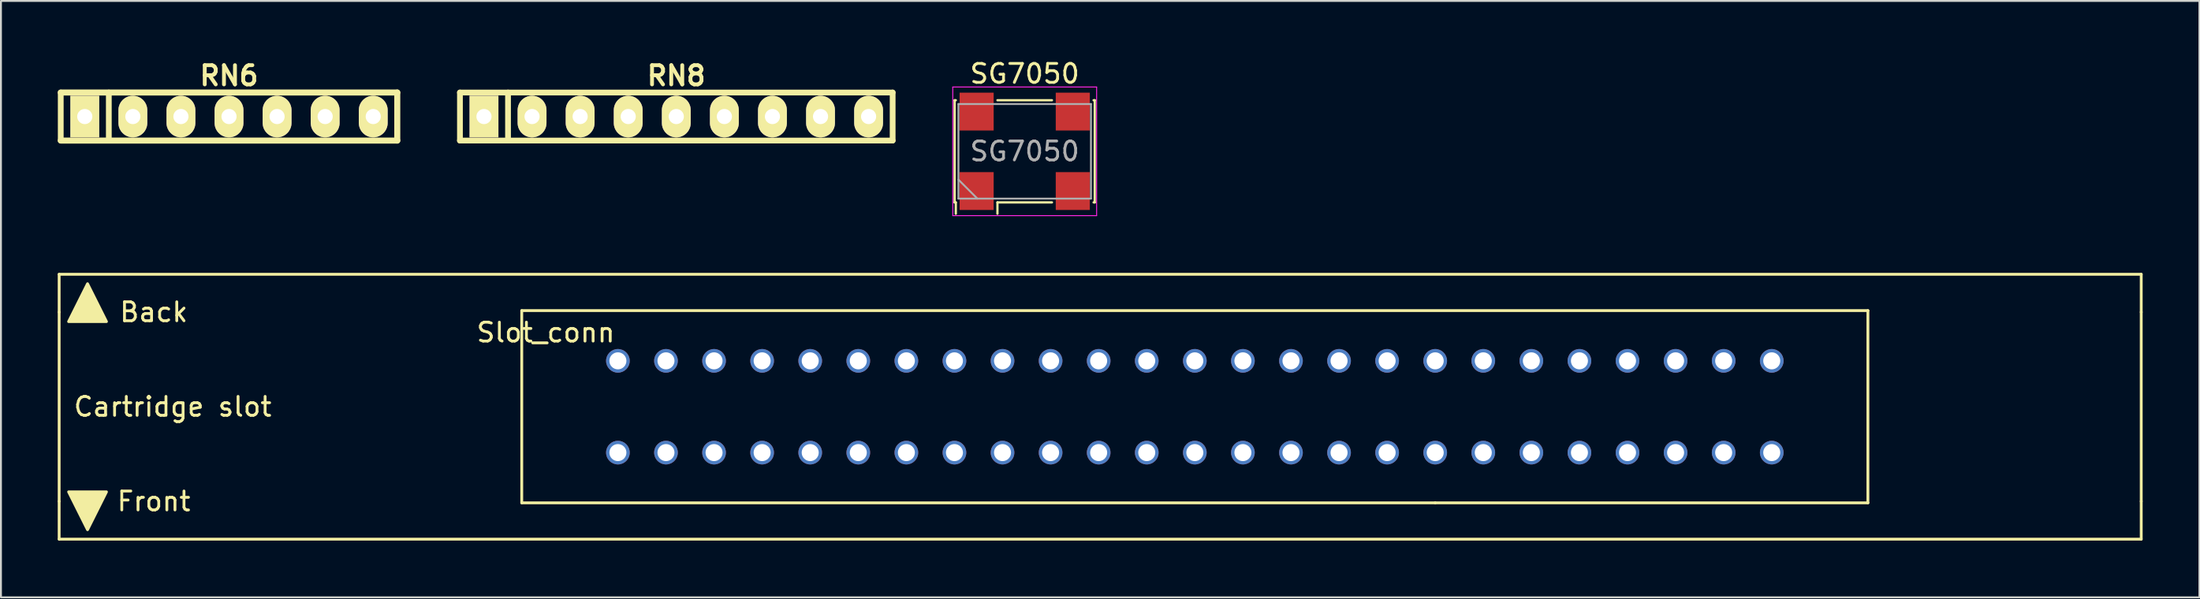
<source format=kicad_pcb>
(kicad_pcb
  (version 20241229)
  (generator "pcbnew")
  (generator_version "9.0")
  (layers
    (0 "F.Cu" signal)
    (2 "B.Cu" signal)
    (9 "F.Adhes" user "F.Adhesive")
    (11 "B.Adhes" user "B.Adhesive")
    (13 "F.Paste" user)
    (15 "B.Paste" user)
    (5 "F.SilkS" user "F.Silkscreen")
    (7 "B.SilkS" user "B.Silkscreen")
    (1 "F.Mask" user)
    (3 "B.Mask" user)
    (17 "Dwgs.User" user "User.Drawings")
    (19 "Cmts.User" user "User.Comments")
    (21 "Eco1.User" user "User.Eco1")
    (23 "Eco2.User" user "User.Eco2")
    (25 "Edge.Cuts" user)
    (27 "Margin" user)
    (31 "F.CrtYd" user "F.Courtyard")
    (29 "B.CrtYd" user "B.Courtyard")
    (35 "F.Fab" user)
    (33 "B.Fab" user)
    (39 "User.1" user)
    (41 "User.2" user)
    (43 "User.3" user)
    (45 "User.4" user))
  (footprint "Slot_conn"
    (layer "F.Cu")
    (at 60.075 18.448)
    (property "Reference" "Slot_conn" (at -34.29 -3.925 0) (layer "F.SilkS") (effects (font (size 1 1) (thickness 0.15))))
    (attr through_hole)
    (fp_line (start -60 -7) (end 50 -7) (stroke (width 0.15) (type solid)) (layer "F.SilkS"))
    (fp_line (start -60 -5) (end -60 -7) (stroke (width 0.15) (type solid)) (layer "F.SilkS"))
    (fp_line (start -60 -5) (end -60 5) (stroke (width 0.15) (type solid)) (layer "F.SilkS"))
    (fp_line (start -60 7) (end -60 5) (stroke (width 0.15) (type solid)) (layer "F.SilkS"))
    (fp_line (start -35.56 -5.08) (end -35.56 5.08) (stroke (width 0.15) (type solid)) (layer "F.SilkS"))
    (fp_line (start -35.56 5.08) (end 12.7 5.08) (stroke (width 0.15) (type solid)) (layer "F.SilkS"))
    (fp_line (start 12.7 5.08) (end 35.56 5.08) (stroke (width 0.15) (type solid)) (layer "F.SilkS"))
    (fp_line (start 35.56 -5.08) (end -35.56 -5.08) (stroke (width 0.15) (type solid)) (layer "F.SilkS"))
    (fp_line (start 35.56 5.08) (end 35.56 -5.08) (stroke (width 0.15) (type solid)) (layer "F.SilkS"))
    (fp_line (start 50 -7) (end 50 -5) (stroke (width 0.15) (type solid)) (layer "F.SilkS"))
    (fp_line (start 50 5) (end 50 -5) (stroke (width 0.15) (type solid)) (layer "F.SilkS"))
    (fp_line (start 50 5) (end 50 7) (stroke (width 0.15) (type solid)) (layer "F.SilkS"))
    (fp_line (start 50 7) (end -60 7) (stroke (width 0.15) (type solid)) (layer "F.SilkS"))
    (fp_poly (pts (xy -59.5 -4.5) (xy -57.5 -4.5) (xy -58.5 -6.5)) (stroke (width 0.15) (type solid)) (fill yes) (layer "F.SilkS"))
    (fp_poly (pts (xy -57.5 4.5) (xy -59.5 4.5) (xy -58.5 6.5)) (stroke (width 0.15) (type solid)) (fill yes) (layer "F.SilkS"))
    (fp_text user "Front" (at -55 5 0) (layer "F.SilkS") (effects (font (size 1 1) (thickness 0.15))))
    (fp_text user "Cartridge slot" (at -54 0 0) (layer "F.SilkS") (effects (font (size 1 1) (thickness 0.15))))
    (fp_text user "Back" (at -55 -5 0) (layer "F.SilkS") (effects (font (size 1 1) (thickness 0.15))))
    (pad "1" thru_hole circle (at -30.48 2.425 270) (size 1.25 1.25) (drill 0.9) (layers "*.Cu" "*.Mask"))
    (pad "2" thru_hole circle (at -30.48 -2.425 270) (size 1.25 1.25) (drill 0.9) (layers "*.Cu" "*.Mask"))
    (pad "3" thru_hole circle (at -27.94 2.425 270) (size 1.25 1.25) (drill 0.9) (layers "*.Cu" "*.Mask"))
    (pad "4" thru_hole circle (at -27.94 -2.425 270) (size 1.25 1.25) (drill 0.9) (layers "*.Cu" "*.Mask"))
    (pad "5" thru_hole circle (at -25.4 2.425 270) (size 1.25 1.25) (drill 0.9) (layers "*.Cu" "*.Mask"))
    (pad "6" thru_hole circle (at -25.4 -2.425 270) (size 1.25 1.25) (drill 0.9) (layers "*.Cu" "*.Mask"))
    (pad "7" thru_hole circle (at -22.86 2.425 270) (size 1.25 1.25) (drill 0.9) (layers "*.Cu" "*.Mask"))
    (pad "8" thru_hole circle (at -22.86 -2.425 270) (size 1.25 1.25) (drill 0.9) (layers "*.Cu" "*.Mask"))
    (pad "9" thru_hole circle (at -20.32 2.425 270) (size 1.25 1.25) (drill 0.9) (layers "*.Cu" "*.Mask"))
    (pad "10" thru_hole circle (at -20.32 -2.425 270) (size 1.25 1.25) (drill 0.9) (layers "*.Cu" "*.Mask"))
    (pad "11" thru_hole circle (at -17.78 2.425 270) (size 1.25 1.25) (drill 0.9) (layers "*.Cu" "*.Mask"))
    (pad "12" thru_hole circle (at -17.78 -2.425 270) (size 1.25 1.25) (drill 0.9) (layers "*.Cu" "*.Mask"))
    (pad "13" thru_hole circle (at -15.24 2.425 270) (size 1.25 1.25) (drill 0.9) (layers "*.Cu" "*.Mask"))
    (pad "14" thru_hole circle (at -15.24 -2.425 270) (size 1.25 1.25) (drill 0.9) (layers "*.Cu" "*.Mask"))
    (pad "15" thru_hole circle (at -12.7 2.425 270) (size 1.25 1.25) (drill 0.9) (layers "*.Cu" "*.Mask"))
    (pad "16" thru_hole circle (at -12.7 -2.425 270) (size 1.25 1.25) (drill 0.9) (layers "*.Cu" "*.Mask"))
    (pad "17" thru_hole circle (at -10.16 2.425 270) (size 1.25 1.25) (drill 0.9) (layers "*.Cu" "*.Mask"))
    (pad "18" thru_hole circle (at -10.16 -2.425 270) (size 1.25 1.25) (drill 0.9) (layers "*.Cu" "*.Mask"))
    (pad "19" thru_hole circle (at -7.62 2.425 270) (size 1.25 1.25) (drill 0.9) (layers "*.Cu" "*.Mask"))
    (pad "20" thru_hole circle (at -7.62 -2.425 270) (size 1.25 1.25) (drill 0.9) (layers "*.Cu" "*.Mask"))
    (pad "21" thru_hole circle (at -5.08 2.425 270) (size 1.25 1.25) (drill 0.9) (layers "*.Cu" "*.Mask"))
    (pad "22" thru_hole circle (at -5.08 -2.425 270) (size 1.25 1.25) (drill 0.9) (layers "*.Cu" "*.Mask"))
    (pad "23" thru_hole circle (at -2.54 2.425 270) (size 1.25 1.25) (drill 0.9) (layers "*.Cu" "*.Mask"))
    (pad "24" thru_hole circle (at -2.54 -2.425 270) (size 1.25 1.25) (drill 0.9) (layers "*.Cu" "*.Mask"))
    (pad "25" thru_hole circle (at 0 2.425 270) (size 1.25 1.25) (drill 0.9) (layers "*.Cu" "*.Mask"))
    (pad "26" thru_hole circle (at 0 -2.425 270) (size 1.25 1.25) (drill 0.9) (layers "*.Cu" "*.Mask"))
    (pad "27" thru_hole circle (at 2.54 2.425 270) (size 1.25 1.25) (drill 0.9) (layers "*.Cu" "*.Mask"))
    (pad "28" thru_hole circle (at 2.54 -2.425 270) (size 1.25 1.25) (drill 0.9) (layers "*.Cu" "*.Mask"))
    (pad "29" thru_hole circle (at 5.08 2.425 270) (size 1.25 1.25) (drill 0.9) (layers "*.Cu" "*.Mask"))
    (pad "30" thru_hole circle (at 5.08 -2.425 270) (size 1.25 1.25) (drill 0.9) (layers "*.Cu" "*.Mask"))
    (pad "31" thru_hole circle (at 7.62 2.425 270) (size 1.25 1.25) (drill 0.9) (layers "*.Cu" "*.Mask"))
    (pad "32" thru_hole circle (at 7.62 -2.425 270) (size 1.25 1.25) (drill 0.9) (layers "*.Cu" "*.Mask"))
    (pad "33" thru_hole circle (at 10.16 2.425 270) (size 1.25 1.25) (drill 0.9) (layers "*.Cu" "*.Mask"))
    (pad "34" thru_hole circle (at 10.16 -2.425 270) (size 1.25 1.25) (drill 0.9) (layers "*.Cu" "*.Mask"))
    (pad "35" thru_hole circle (at 12.7 2.425 270) (size 1.25 1.25) (drill 0.9) (layers "*.Cu" "*.Mask"))
    (pad "36" thru_hole circle (at 12.7 -2.425 270) (size 1.25 1.25) (drill 0.9) (layers "*.Cu" "*.Mask"))
    (pad "37" thru_hole circle (at 15.24 2.425 270) (size 1.25 1.25) (drill 0.9) (layers "*.Cu" "*.Mask"))
    (pad "38" thru_hole circle (at 15.24 -2.425 270) (size 1.25 1.25) (drill 0.9) (layers "*.Cu" "*.Mask"))
    (pad "39" thru_hole circle (at 17.78 2.425 270) (size 1.25 1.25) (drill 0.9) (layers "*.Cu" "*.Mask"))
    (pad "40" thru_hole circle (at 17.78 -2.425 270) (size 1.25 1.25) (drill 0.9) (layers "*.Cu" "*.Mask"))
    (pad "41" thru_hole circle (at 20.32 2.425 270) (size 1.25 1.25) (drill 0.9) (layers "*.Cu" "*.Mask"))
    (pad "42" thru_hole circle (at 20.32 -2.425 270) (size 1.25 1.25) (drill 0.9) (layers "*.Cu" "*.Mask"))
    (pad "43" thru_hole circle (at 22.86 2.425 270) (size 1.25 1.25) (drill 0.9) (layers "*.Cu" "*.Mask"))
    (pad "44" thru_hole circle (at 22.86 -2.425 270) (size 1.25 1.25) (drill 0.9) (layers "*.Cu" "*.Mask"))
    (pad "45" thru_hole circle (at 25.4 2.425 270) (size 1.25 1.25) (drill 0.9) (layers "*.Cu" "*.Mask"))
    (pad "46" thru_hole circle (at 25.4 -2.425 270) (size 1.25 1.25) (drill 0.9) (layers "*.Cu" "*.Mask"))
    (pad "47" thru_hole circle (at 27.94 2.425 270) (size 1.25 1.25) (drill 0.9) (layers "*.Cu" "*.Mask"))
    (pad "48" thru_hole circle (at 27.94 -2.425 270) (size 1.25 1.25) (drill 0.9) (layers "*.Cu" "*.Mask"))
    (pad "49" thru_hole circle (at 30.48 2.425 270) (size 1.25 1.25) (drill 0.9) (layers "*.Cu" "*.Mask"))
    (pad "50" thru_hole circle (at 30.48 -2.425 270) (size 1.25 1.25) (drill 0.9) (layers "*.Cu" "*.Mask")))
  (footprint "RN6"
    (layer "F.Cu")
    (at 9.049 3.11)
    (property "Reference" "RN6" (at 0 -2.159 0) (layer "F.SilkS") (effects (font (size 1.016 1.016) (thickness 0.203))))
    (attr through_hole)
    (fp_line (start -8.89 -1.27) (end 8.89 -1.27) (stroke (width 0.318) (type solid)) (layer "F.SilkS"))
    (fp_line (start -8.89 1.27) (end -8.89 -1.27) (stroke (width 0.305) (type solid)) (layer "F.SilkS"))
    (fp_line (start -6.35 -1.27) (end -6.35 1.27) (stroke (width 0.305) (type solid)) (layer "F.SilkS"))
    (fp_line (start 8.89 -1.27) (end 8.89 1.27) (stroke (width 0.318) (type solid)) (layer "F.SilkS"))
    (fp_line (start 8.89 1.27) (end -8.89 1.27) (stroke (width 0.318) (type solid)) (layer "F.SilkS"))
    (pad "1" thru_hole rect (at -7.62 0) (size 1.524 2.197) (drill 0.8) (layers "*.Cu" "*.Mask" "F.SilkS"))
    (pad "2" thru_hole oval (at -5.08 0) (size 1.524 2.197) (drill 0.8) (layers "*.Cu" "*.Mask" "F.SilkS"))
    (pad "3" thru_hole oval (at -2.54 0) (size 1.524 2.197) (drill 0.8) (layers "*.Cu" "*.Mask" "F.SilkS"))
    (pad "4" thru_hole oval (at 0 0) (size 1.524 2.197) (drill 0.8) (layers "*.Cu" "*.Mask" "F.SilkS"))
    (pad "5" thru_hole oval (at 2.54 0) (size 1.524 2.197) (drill 0.8) (layers "*.Cu" "*.Mask" "F.SilkS"))
    (pad "6" thru_hole oval (at 5.08 0) (size 1.524 2.197) (drill 0.8) (layers "*.Cu" "*.Mask" "F.SilkS"))
    (pad "7" thru_hole oval (at 7.62 0) (size 1.524 2.197) (drill 0.8) (layers "*.Cu" "*.Mask" "F.SilkS")))
  (footprint "SG7050"
    (layer "F.Cu")
    (at 51.087 4.948)
    (property "Reference" "SG7050" (at 0 -4.1 0) (layer "F.SilkS") (effects (font (size 1 1) (thickness 0.15))))
    (attr smd)
    (fp_line (start -3.7 -2.7) (end -3.64 -2.7) (stroke (width 0.12) (type solid)) (layer "F.SilkS"))
    (fp_line (start -3.7 2.7) (end -3.7 -2.7) (stroke (width 0.12) (type solid)) (layer "F.SilkS"))
    (fp_line (start -3.64 2.7) (end -3.7 2.7) (stroke (width 0.12) (type solid)) (layer "F.SilkS"))
    (fp_line (start -3.64 3.3) (end -3.64 2.7) (stroke (width 0.12) (type solid)) (layer "F.SilkS"))
    (fp_line (start -1.44 -2.7) (end 1.44 -2.7) (stroke (width 0.12) (type solid)) (layer "F.SilkS"))
    (fp_line (start -1.44 2.7) (end -1.44 3.3) (stroke (width 0.12) (type solid)) (layer "F.SilkS"))
    (fp_line (start 1.44 2.7) (end -1.44 2.7) (stroke (width 0.12) (type solid)) (layer "F.SilkS"))
    (fp_line (start 3.64 -2.7) (end 3.7 -2.7) (stroke (width 0.12) (type solid)) (layer "F.SilkS"))
    (fp_line (start 3.7 -2.7) (end 3.7 2.7) (stroke (width 0.12) (type solid)) (layer "F.SilkS"))
    (fp_line (start 3.7 2.7) (end 3.64 2.7) (stroke (width 0.12) (type solid)) (layer "F.SilkS"))
    (fp_line (start -3.8 -3.4) (end -3.8 3.4) (stroke (width 0.05) (type solid)) (layer "F.CrtYd"))
    (fp_line (start -3.8 3.4) (end 3.8 3.4) (stroke (width 0.05) (type solid)) (layer "F.CrtYd"))
    (fp_line (start 3.8 -3.4) (end -3.8 -3.4) (stroke (width 0.05) (type solid)) (layer "F.CrtYd"))
    (fp_line (start 3.8 3.4) (end 3.8 -3.4) (stroke (width 0.05) (type solid)) (layer "F.CrtYd"))
    (fp_line (start -3.5 -2.5) (end -3.5 2.5) (stroke (width 0.1) (type solid)) (layer "F.Fab"))
    (fp_line (start -3.5 1.5) (end -2.5 2.5) (stroke (width 0.1) (type solid)) (layer "F.Fab"))
    (fp_line (start -3.5 2.5) (end 3.5 2.5) (stroke (width 0.1) (type solid)) (layer "F.Fab"))
    (fp_line (start 3.5 -2.5) (end -3.5 -2.5) (stroke (width 0.1) (type solid)) (layer "F.Fab"))
    (fp_line (start 3.5 2.5) (end 3.5 -2.5) (stroke (width 0.1) (type solid)) (layer "F.Fab"))
    (fp_text user "${REFERENCE}" (at 0 0 0) (layer "F.Fab") (effects (font (size 1 1) (thickness 0.15))))
    (pad "1" smd rect (at -2.54 2.1) (size 1.8 2) (layers "F.Cu" "F.Mask" "F.Paste"))
    (pad "2" smd rect (at 2.54 2.1) (size 1.8 2) (layers "F.Cu" "F.Mask" "F.Paste"))
    (pad "3" smd rect (at 2.54 -2.1) (size 1.8 2) (layers "F.Cu" "F.Mask" "F.Paste"))
    (pad "4" smd rect (at -2.54 -2.1) (size 1.8 2) (layers "F.Cu" "F.Mask" "F.Paste")))
  (footprint "RN8"
    (layer "F.Cu")
    (at 32.68 3.11)
    (property "Reference" "RN8" (at 0 -2.159 0) (layer "F.SilkS") (effects (font (size 1.016 1.016) (thickness 0.203))))
    (attr through_hole)
    (fp_line (start -11.43 -1.27) (end 11.43 -1.27) (stroke (width 0.305) (type solid)) (layer "F.SilkS"))
    (fp_line (start -11.43 1.27) (end -11.43 -1.27) (stroke (width 0.305) (type solid)) (layer "F.SilkS"))
    (fp_line (start -8.89 -1.27) (end -8.89 1.27) (stroke (width 0.305) (type solid)) (layer "F.SilkS"))
    (fp_line (start 11.43 -1.27) (end 11.43 1.27) (stroke (width 0.305) (type solid)) (layer "F.SilkS"))
    (fp_line (start 11.43 1.27) (end -11.43 1.27) (stroke (width 0.305) (type solid)) (layer "F.SilkS"))
    (pad "1" thru_hole rect (at -10.16 0) (size 1.524 2.2) (drill 0.8) (layers "*.Cu" "*.Mask" "F.SilkS"))
    (pad "2" thru_hole oval (at -7.62 0) (size 1.524 2.2) (drill 0.8) (layers "*.Cu" "*.Mask" "F.SilkS"))
    (pad "3" thru_hole oval (at -5.08 0) (size 1.524 2.2) (drill 0.8) (layers "*.Cu" "*.Mask" "F.SilkS"))
    (pad "4" thru_hole oval (at -2.54 0) (size 1.524 2.2) (drill 0.8) (layers "*.Cu" "*.Mask" "F.SilkS"))
    (pad "5" thru_hole oval (at 0 0) (size 1.524 2.2) (drill 0.8) (layers "*.Cu" "*.Mask" "F.SilkS"))
    (pad "6" thru_hole oval (at 2.54 0) (size 1.524 2.2) (drill 0.8) (layers "*.Cu" "*.Mask" "F.SilkS"))
    (pad "7" thru_hole oval (at 5.08 0) (size 1.524 2.2) (drill 0.8) (layers "*.Cu" "*.Mask" "F.SilkS"))
    (pad "8" thru_hole oval (at 7.62 0) (size 1.524 2.2) (drill 0.8) (layers "*.Cu" "*.Mask" "F.SilkS"))
    (pad "9" thru_hole oval (at 10.16 0) (size 1.524 2.2) (drill 0.8) (layers "*.Cu" "*.Mask" "F.SilkS")))
  (gr_rect
    (start -3 -3)
    (end 113.15 28.523)
    (stroke (width 0.1) (type default))
    (fill no)
    (layer "Edge.Cuts")))
</source>
